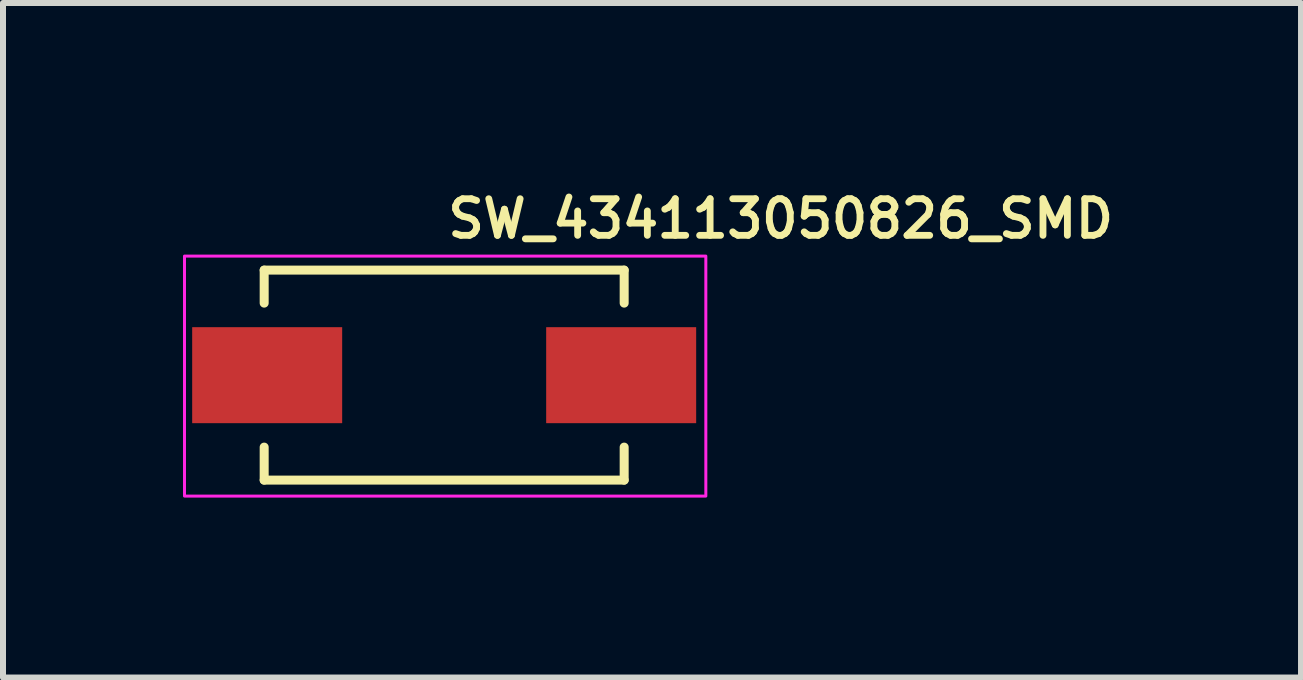
<source format=kicad_pcb>
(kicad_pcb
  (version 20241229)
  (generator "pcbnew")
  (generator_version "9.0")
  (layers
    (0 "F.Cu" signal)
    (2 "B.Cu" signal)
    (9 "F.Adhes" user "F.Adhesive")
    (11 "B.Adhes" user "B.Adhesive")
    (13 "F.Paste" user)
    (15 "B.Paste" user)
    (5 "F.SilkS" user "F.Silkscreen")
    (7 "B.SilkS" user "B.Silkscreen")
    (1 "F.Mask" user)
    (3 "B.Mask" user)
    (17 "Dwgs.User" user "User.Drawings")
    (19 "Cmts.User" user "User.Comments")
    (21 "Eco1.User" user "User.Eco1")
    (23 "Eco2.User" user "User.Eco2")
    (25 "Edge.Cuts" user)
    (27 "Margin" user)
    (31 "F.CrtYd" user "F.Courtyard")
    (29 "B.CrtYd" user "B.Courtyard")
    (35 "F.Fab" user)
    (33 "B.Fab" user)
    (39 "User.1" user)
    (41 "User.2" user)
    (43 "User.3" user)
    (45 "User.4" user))
  (footprint "SW_434113050826_SMD"
    (layer "F.Cu")
    (at 4.353 3.203)
    (property "Reference" "SW_434113050826_SMD" (at 0 -2.25 0) (unlocked yes) (layer "F.SilkS") (effects (font (size 0.61 0.61) (thickness 0.114)) (justify left bottom)))
    (attr smd)
    (fp_line (start -3 -1.751) (end -3 -1.201) (stroke (width 0.15) (type solid)) (layer "F.SilkS"))
    (fp_line (start -3 -1.751) (end 3 -1.751) (stroke (width 0.15) (type solid)) (layer "F.SilkS"))
    (fp_line (start -3 1.199) (end -3 1.749) (stroke (width 0.15) (type solid)) (layer "F.SilkS"))
    (fp_line (start -3 1.749) (end 3 1.749) (stroke (width 0.15) (type solid)) (layer "F.SilkS"))
    (fp_line (start 3 -1.751) (end 3 -1.201) (stroke (width 0.15) (type solid)) (layer "F.SilkS"))
    (fp_line (start 3 1.199) (end 3 1.749) (stroke (width 0.15) (type solid)) (layer "F.SilkS"))
    (fp_rect (start -4.328 -1.985) (end 4.361 2.015) (stroke (width 0.05) (type solid)) (fill no) (layer "F.CrtYd"))
    (fp_rect (start -3.062 -1.735) (end 2.968 1.765) (stroke (width 0.1) (type solid)) (fill no) (layer "User.5"))
    (fp_line (start -3.57 -0.485) (end -3.57 0.515) (stroke (width 0.02) (type solid)) (layer "User.9"))
    (fp_line (start -3.57 -0.485) (end -3.44 -0.485) (stroke (width 0.02) (type solid)) (layer "User.9"))
    (fp_line (start -3.57 0.515) (end -3.44 0.515) (stroke (width 0.02) (type solid)) (layer "User.9"))
    (fp_line (start -3.44 -0.485) (end -3.44 0.515) (stroke (width 0.02) (type solid)) (layer "User.9"))
    (fp_line (start -3.44 -0.485) (end -3.137 -0.485) (stroke (width 0.02) (type solid)) (layer "User.9"))
    (fp_line (start -3.44 0.515) (end -3.137 0.515) (stroke (width 0.02) (type solid)) (layer "User.9"))
    (fp_line (start -3.137 -0.485) (end -2.92 -0.485) (stroke (width 0.02) (type solid)) (layer "User.9"))
    (fp_line (start -3.137 0.515) (end -2.92 0.515) (stroke (width 0.02) (type solid)) (layer "User.9"))
    (fp_line (start -2.92 -1.235) (end -2.92 -0.785) (stroke (width 0.02) (type solid)) (layer "User.9"))
    (fp_line (start -2.92 -0.785) (end -2.92 -0.685) (stroke (width 0.02) (type solid)) (layer "User.9"))
    (fp_line (start -2.92 -0.785) (end -2.879 -0.784) (stroke (width 0.02) (type solid)) (layer "User.9"))
    (fp_line (start -2.92 0.715) (end -2.92 -0.685) (stroke (width 0.02) (type solid)) (layer "User.9"))
    (fp_line (start -2.92 0.715) (end -2.92 0.815) (stroke (width 0.02) (type solid)) (layer "User.9"))
    (fp_line (start -2.92 0.815) (end -2.92 1.265) (stroke (width 0.02) (type solid)) (layer "User.9"))
    (fp_line (start -2.92 0.815) (end -2.92 1.265) (stroke (width 0.02) (type solid)) (layer "User.9"))
    (fp_line (start -2.92 1.265) (end -2.919 1.29) (stroke (width 0.02) (type solid)) (layer "User.9"))
    (fp_line (start -2.919 -1.26) (end -2.92 -1.235) (stroke (width 0.02) (type solid)) (layer "User.9"))
    (fp_line (start -2.919 1.29) (end -2.918 1.314) (stroke (width 0.02) (type solid)) (layer "User.9"))
    (fp_line (start -2.918 -1.284) (end -2.919 -1.26) (stroke (width 0.02) (type solid)) (layer "User.9"))
    (fp_line (start -2.918 1.314) (end -2.915 1.339) (stroke (width 0.02) (type solid)) (layer "User.9"))
    (fp_line (start -2.915 -1.309) (end -2.918 -1.284) (stroke (width 0.02) (type solid)) (layer "User.9"))
    (fp_line (start -2.915 1.339) (end -2.91 1.363) (stroke (width 0.02) (type solid)) (layer "User.9"))
    (fp_line (start -2.91 -1.333) (end -2.915 -1.309) (stroke (width 0.02) (type solid)) (layer "User.9"))
    (fp_line (start -2.91 1.363) (end -2.905 1.387) (stroke (width 0.02) (type solid)) (layer "User.9"))
    (fp_line (start -2.905 -1.357) (end -2.91 -1.333) (stroke (width 0.02) (type solid)) (layer "User.9"))
    (fp_line (start -2.905 1.387) (end -2.898 1.41) (stroke (width 0.02) (type solid)) (layer "User.9"))
    (fp_line (start -2.898 -1.38) (end -2.905 -1.357) (stroke (width 0.02) (type solid)) (layer "User.9"))
    (fp_line (start -2.898 1.41) (end -2.891 1.434) (stroke (width 0.02) (type solid)) (layer "User.9"))
    (fp_line (start -2.891 -1.404) (end -2.898 -1.38) (stroke (width 0.02) (type solid)) (layer "User.9"))
    (fp_line (start -2.891 1.434) (end -2.882 1.456) (stroke (width 0.02) (type solid)) (layer "User.9"))
    (fp_line (start -2.882 -1.426) (end -2.891 -1.404) (stroke (width 0.02) (type solid)) (layer "User.9"))
    (fp_line (start -2.882 1.456) (end -2.872 1.479) (stroke (width 0.02) (type solid)) (layer "User.9"))
    (fp_line (start -2.879 -0.784) (end -2.838 -0.781) (stroke (width 0.02) (type solid)) (layer "User.9"))
    (fp_line (start -2.879 0.814) (end -2.92 0.815) (stroke (width 0.02) (type solid)) (layer "User.9"))
    (fp_line (start -2.872 -1.449) (end -2.882 -1.426) (stroke (width 0.02) (type solid)) (layer "User.9"))
    (fp_line (start -2.872 1.479) (end -2.861 1.5) (stroke (width 0.02) (type solid)) (layer "User.9"))
    (fp_line (start -2.861 -1.47) (end -2.872 -1.449) (stroke (width 0.02) (type solid)) (layer "User.9"))
    (fp_line (start -2.861 1.5) (end -2.849 1.522) (stroke (width 0.02) (type solid)) (layer "User.9"))
    (fp_line (start -2.849 -1.492) (end -2.861 -1.47) (stroke (width 0.02) (type solid)) (layer "User.9"))
    (fp_line (start -2.849 1.522) (end -2.836 1.542) (stroke (width 0.02) (type solid)) (layer "User.9"))
    (fp_line (start -2.838 -0.781) (end -2.798 -0.776) (stroke (width 0.02) (type solid)) (layer "User.9"))
    (fp_line (start -2.838 0.811) (end -2.879 0.814) (stroke (width 0.02) (type solid)) (layer "User.9"))
    (fp_line (start -2.836 -1.512) (end -2.849 -1.492) (stroke (width 0.02) (type solid)) (layer "User.9"))
    (fp_line (start -2.836 1.542) (end -2.822 1.562) (stroke (width 0.02) (type solid)) (layer "User.9"))
    (fp_line (start -2.822 -1.532) (end -2.836 -1.512) (stroke (width 0.02) (type solid)) (layer "User.9"))
    (fp_line (start -2.822 1.562) (end -2.807 1.582) (stroke (width 0.02) (type solid)) (layer "User.9"))
    (fp_line (start -2.807 -1.552) (end -2.822 -1.532) (stroke (width 0.02) (type solid)) (layer "User.9"))
    (fp_line (start -2.807 1.582) (end -2.791 1.601) (stroke (width 0.02) (type solid)) (layer "User.9"))
    (fp_line (start -2.798 -0.776) (end -2.759 -0.769) (stroke (width 0.02) (type solid)) (layer "User.9"))
    (fp_line (start -2.798 0.806) (end -2.838 0.811) (stroke (width 0.02) (type solid)) (layer "User.9"))
    (fp_line (start -2.791 -1.571) (end -2.807 -1.552) (stroke (width 0.02) (type solid)) (layer "User.9"))
    (fp_line (start -2.791 1.601) (end -2.774 1.619) (stroke (width 0.02) (type solid)) (layer "User.9"))
    (fp_line (start -2.774 -1.589) (end -2.791 -1.571) (stroke (width 0.02) (type solid)) (layer "User.9"))
    (fp_line (start -2.774 -1.589) (end -2.774 -1.589) (stroke (width 0.02) (type solid)) (layer "User.9"))
    (fp_line (start -2.774 1.619) (end -2.774 1.619) (stroke (width 0.02) (type solid)) (layer "User.9"))
    (fp_line (start -2.774 1.619) (end -2.756 1.636) (stroke (width 0.02) (type solid)) (layer "User.9"))
    (fp_line (start -2.759 -0.769) (end -2.72 -0.76) (stroke (width 0.02) (type solid)) (layer "User.9"))
    (fp_line (start -2.759 0.799) (end -2.798 0.806) (stroke (width 0.02) (type solid)) (layer "User.9"))
    (fp_line (start -2.756 -1.606) (end -2.774 -1.589) (stroke (width 0.02) (type solid)) (layer "User.9"))
    (fp_line (start -2.756 1.636) (end -2.737 1.652) (stroke (width 0.02) (type solid)) (layer "User.9"))
    (fp_line (start -2.737 -1.622) (end -2.756 -1.606) (stroke (width 0.02) (type solid)) (layer "User.9"))
    (fp_line (start -2.737 1.652) (end -2.717 1.667) (stroke (width 0.02) (type solid)) (layer "User.9"))
    (fp_line (start -2.72 -0.76) (end -2.682 -0.749) (stroke (width 0.02) (type solid)) (layer "User.9"))
    (fp_line (start -2.72 0.79) (end -2.759 0.799) (stroke (width 0.02) (type solid)) (layer "User.9"))
    (fp_line (start -2.717 -1.637) (end -2.737 -1.622) (stroke (width 0.02) (type solid)) (layer "User.9"))
    (fp_line (start -2.717 1.667) (end -2.697 1.681) (stroke (width 0.02) (type solid)) (layer "User.9"))
    (fp_line (start -2.697 -1.651) (end -2.717 -1.637) (stroke (width 0.02) (type solid)) (layer "User.9"))
    (fp_line (start -2.697 1.681) (end -2.677 1.694) (stroke (width 0.02) (type solid)) (layer "User.9"))
    (fp_line (start -2.682 -0.749) (end -2.645 -0.736) (stroke (width 0.02) (type solid)) (layer "User.9"))
    (fp_line (start -2.682 0.779) (end -2.72 0.79) (stroke (width 0.02) (type solid)) (layer "User.9"))
    (fp_line (start -2.677 -1.664) (end -2.697 -1.651) (stroke (width 0.02) (type solid)) (layer "User.9"))
    (fp_line (start -2.677 1.694) (end -2.655 1.706) (stroke (width 0.02) (type solid)) (layer "User.9"))
    (fp_line (start -2.655 -1.676) (end -2.677 -1.664) (stroke (width 0.02) (type solid)) (layer "User.9"))
    (fp_line (start -2.655 1.706) (end -2.634 1.717) (stroke (width 0.02) (type solid)) (layer "User.9"))
    (fp_line (start -2.645 -0.736) (end -2.609 -0.722) (stroke (width 0.02) (type solid)) (layer "User.9"))
    (fp_line (start -2.645 0.766) (end -2.682 0.779) (stroke (width 0.02) (type solid)) (layer "User.9"))
    (fp_line (start -2.634 -1.687) (end -2.655 -1.676) (stroke (width 0.02) (type solid)) (layer "User.9"))
    (fp_line (start -2.634 1.717) (end -2.611 1.727) (stroke (width 0.02) (type solid)) (layer "User.9"))
    (fp_line (start -2.611 -1.697) (end -2.634 -1.687) (stroke (width 0.02) (type solid)) (layer "User.9"))
    (fp_line (start -2.611 1.727) (end -2.589 1.736) (stroke (width 0.02) (type solid)) (layer "User.9"))
    (fp_line (start -2.609 -0.722) (end -2.573 -0.706) (stroke (width 0.02) (type solid)) (layer "User.9"))
    (fp_line (start -2.609 0.752) (end -2.645 0.766) (stroke (width 0.02) (type solid)) (layer "User.9"))
    (fp_line (start -2.589 -1.706) (end -2.611 -1.697) (stroke (width 0.02) (type solid)) (layer "User.9"))
    (fp_line (start -2.589 1.736) (end -2.565 1.743) (stroke (width 0.02) (type solid)) (layer "User.9"))
    (fp_line (start -2.573 -0.706) (end -2.539 -0.688) (stroke (width 0.02) (type solid)) (layer "User.9"))
    (fp_line (start -2.573 0.736) (end -2.609 0.752) (stroke (width 0.02) (type solid)) (layer "User.9"))
    (fp_line (start -2.565 -1.713) (end -2.589 -1.706) (stroke (width 0.02) (type solid)) (layer "User.9"))
    (fp_line (start -2.565 1.743) (end -2.542 1.75) (stroke (width 0.02) (type solid)) (layer "User.9"))
    (fp_line (start -2.542 -1.72) (end -2.565 -1.713) (stroke (width 0.02) (type solid)) (layer "User.9"))
    (fp_line (start -2.542 1.75) (end -2.518 1.755) (stroke (width 0.02) (type solid)) (layer "User.9"))
    (fp_line (start -2.539 -0.688) (end -2.505 -0.669) (stroke (width 0.02) (type solid)) (layer "User.9"))
    (fp_line (start -2.539 0.718) (end -2.573 0.736) (stroke (width 0.02) (type solid)) (layer "User.9"))
    (fp_line (start -2.518 -1.725) (end -2.542 -1.72) (stroke (width 0.02) (type solid)) (layer "User.9"))
    (fp_line (start -2.518 1.755) (end -2.494 1.76) (stroke (width 0.02) (type solid)) (layer "User.9"))
    (fp_line (start -2.505 -0.669) (end -2.473 -0.648) (stroke (width 0.02) (type solid)) (layer "User.9"))
    (fp_line (start -2.505 0.699) (end -2.539 0.718) (stroke (width 0.02) (type solid)) (layer "User.9"))
    (fp_line (start -2.494 -1.73) (end -2.518 -1.725) (stroke (width 0.02) (type solid)) (layer "User.9"))
    (fp_line (start -2.494 1.76) (end -2.469 1.763) (stroke (width 0.02) (type solid)) (layer "User.9"))
    (fp_line (start -2.473 -0.648) (end -2.441 -0.626) (stroke (width 0.02) (type solid)) (layer "User.9"))
    (fp_line (start -2.473 0.678) (end -2.505 0.699) (stroke (width 0.02) (type solid)) (layer "User.9"))
    (fp_line (start -2.469 -1.733) (end -2.494 -1.73) (stroke (width 0.02) (type solid)) (layer "User.9"))
    (fp_line (start -2.469 1.763) (end -2.445 1.764) (stroke (width 0.02) (type solid)) (layer "User.9"))
    (fp_line (start -2.445 -1.734) (end -2.469 -1.733) (stroke (width 0.02) (type solid)) (layer "User.9"))
    (fp_line (start -2.445 1.764) (end -2.42 1.765) (stroke (width 0.02) (type solid)) (layer "User.9"))
    (fp_line (start -2.442 0.656) (end -2.473 0.678) (stroke (width 0.02) (type solid)) (layer "User.9"))
    (fp_line (start -2.441 -0.626) (end -2.411 -0.602) (stroke (width 0.02) (type solid)) (layer "User.9"))
    (fp_line (start -2.42 -1.735) (end -2.445 -1.734) (stroke (width 0.02) (type solid)) (layer "User.9"))
    (fp_line (start -2.42 1.765) (end 2.58 1.765) (stroke (width 0.02) (type solid)) (layer "User.9"))
    (fp_line (start -2.42 1.765) (end 2.58 1.765) (stroke (width 0.02) (type solid)) (layer "User.9"))
    (fp_line (start -2.411 -0.602) (end -2.382 -0.577) (stroke (width 0.02) (type solid)) (layer "User.9"))
    (fp_line (start -2.411 0.632) (end -2.442 0.656) (stroke (width 0.02) (type solid)) (layer "User.9"))
    (fp_line (start -2.382 -0.577) (end -2.355 -0.551) (stroke (width 0.02) (type solid)) (layer "User.9"))
    (fp_line (start -2.382 0.607) (end -2.411 0.632) (stroke (width 0.02) (type solid)) (layer "User.9"))
    (fp_line (start -2.355 -0.551) (end -2.328 -0.523) (stroke (width 0.02) (type solid)) (layer "User.9"))
    (fp_line (start -2.355 0.581) (end -2.382 0.607) (stroke (width 0.02) (type solid)) (layer "User.9"))
    (fp_line (start -2.328 -0.523) (end -2.303 -0.494) (stroke (width 0.02) (type solid)) (layer "User.9"))
    (fp_line (start -2.328 0.553) (end -2.355 0.581) (stroke (width 0.02) (type solid)) (layer "User.9"))
    (fp_line (start -2.303 -0.494) (end -2.279 -0.464) (stroke (width 0.02) (type solid)) (layer "User.9"))
    (fp_line (start -2.303 0.524) (end -2.328 0.553) (stroke (width 0.02) (type solid)) (layer "User.9"))
    (fp_line (start -2.279 -0.464) (end -2.257 -0.432) (stroke (width 0.02) (type solid)) (layer "User.9"))
    (fp_line (start -2.279 0.494) (end -2.303 0.524) (stroke (width 0.02) (type solid)) (layer "User.9"))
    (fp_line (start -2.257 -0.432) (end -2.236 -0.4) (stroke (width 0.02) (type solid)) (layer "User.9"))
    (fp_line (start -2.257 0.462) (end -2.279 0.494) (stroke (width 0.02) (type solid)) (layer "User.9"))
    (fp_line (start -2.236 -0.4) (end -2.217 -0.366) (stroke (width 0.02) (type solid)) (layer "User.9"))
    (fp_line (start -2.236 0.43) (end -2.257 0.462) (stroke (width 0.02) (type solid)) (layer "User.9"))
    (fp_line (start -2.217 -0.366) (end -2.199 -0.332) (stroke (width 0.02) (type solid)) (layer "User.9"))
    (fp_line (start -2.217 0.396) (end -2.236 0.43) (stroke (width 0.02) (type solid)) (layer "User.9"))
    (fp_line (start -2.199 -0.332) (end -2.183 -0.296) (stroke (width 0.02) (type solid)) (layer "User.9"))
    (fp_line (start -2.199 0.362) (end -2.217 0.396) (stroke (width 0.02) (type solid)) (layer "User.9"))
    (fp_line (start -2.183 -0.296) (end -2.169 -0.26) (stroke (width 0.02) (type solid)) (layer "User.9"))
    (fp_line (start -2.183 0.326) (end -2.199 0.362) (stroke (width 0.02) (type solid)) (layer "User.9"))
    (fp_line (start -2.169 -0.26) (end -2.156 -0.223) (stroke (width 0.02) (type solid)) (layer "User.9"))
    (fp_line (start -2.169 0.29) (end -2.183 0.326) (stroke (width 0.02) (type solid)) (layer "User.9"))
    (fp_line (start -2.156 -0.223) (end -2.145 -0.185) (stroke (width 0.02) (type solid)) (layer "User.9"))
    (fp_line (start -2.156 0.253) (end -2.169 0.29) (stroke (width 0.02) (type solid)) (layer "User.9"))
    (fp_line (start -2.145 -0.185) (end -2.137 -0.146) (stroke (width 0.02) (type solid)) (layer "User.9"))
    (fp_line (start -2.145 0.215) (end -2.156 0.253) (stroke (width 0.02) (type solid)) (layer "User.9"))
    (fp_line (start -2.137 -0.146) (end -2.13 -0.107) (stroke (width 0.02) (type solid)) (layer "User.9"))
    (fp_line (start -2.137 0.176) (end -2.145 0.215) (stroke (width 0.02) (type solid)) (layer "User.9"))
    (fp_line (start -2.13 -0.107) (end -2.124 -0.067) (stroke (width 0.02) (type solid)) (layer "User.9"))
    (fp_line (start -2.13 0.137) (end -2.137 0.176) (stroke (width 0.02) (type solid)) (layer "User.9"))
    (fp_line (start -2.124 -0.067) (end -2.121 -0.026) (stroke (width 0.02) (type solid)) (layer "User.9"))
    (fp_line (start -2.124 0.097) (end -2.13 0.137) (stroke (width 0.02) (type solid)) (layer "User.9"))
    (fp_line (start -2.121 -0.026) (end -2.12 0.015) (stroke (width 0.02) (type solid)) (layer "User.9"))
    (fp_line (start -2.121 0.056) (end -2.124 0.097) (stroke (width 0.02) (type solid)) (layer "User.9"))
    (fp_line (start -2.12 0.015) (end -2.121 0.056) (stroke (width 0.02) (type solid)) (layer "User.9"))
    (fp_line (start -2.12 0.015) (end -2.12 0.015) (stroke (width 0.02) (type solid)) (layer "User.9"))
    (fp_line (start -1.52 -0.502) (end -1.52 -0.485) (stroke (width 0.02) (type solid)) (layer "User.9"))
    (fp_line (start -1.52 -0.485) (end -1.52 0.515) (stroke (width 0.02) (type solid)) (layer "User.9"))
    (fp_line (start -1.52 0.515) (end -1.52 0.532) (stroke (width 0.02) (type solid)) (layer "User.9"))
    (fp_line (start -1.52 0.532) (end -1.518 0.55) (stroke (width 0.02) (type solid)) (layer "User.9"))
    (fp_line (start -1.518 -0.52) (end -1.52 -0.502) (stroke (width 0.02) (type solid)) (layer "User.9"))
    (fp_line (start -1.518 0.55) (end -1.516 0.567) (stroke (width 0.02) (type solid)) (layer "User.9"))
    (fp_line (start -1.516 -0.537) (end -1.518 -0.52) (stroke (width 0.02) (type solid)) (layer "User.9"))
    (fp_line (start -1.516 0.567) (end -1.513 0.584) (stroke (width 0.02) (type solid)) (layer "User.9"))
    (fp_line (start -1.513 -0.554) (end -1.516 -0.537) (stroke (width 0.02) (type solid)) (layer "User.9"))
    (fp_line (start -1.513 0.584) (end -1.509 0.6) (stroke (width 0.02) (type solid)) (layer "User.9"))
    (fp_line (start -1.509 -0.57) (end -1.513 -0.554) (stroke (width 0.02) (type solid)) (layer "User.9"))
    (fp_line (start -1.509 0.6) (end -1.505 0.617) (stroke (width 0.02) (type solid)) (layer "User.9"))
    (fp_line (start -1.505 -0.587) (end -1.509 -0.57) (stroke (width 0.02) (type solid)) (layer "User.9"))
    (fp_line (start -1.505 0.617) (end -1.5 0.633) (stroke (width 0.02) (type solid)) (layer "User.9"))
    (fp_line (start -1.5 -0.603) (end -1.505 -0.587) (stroke (width 0.02) (type solid)) (layer "User.9"))
    (fp_line (start -1.5 0.633) (end -1.493 0.649) (stroke (width 0.02) (type solid)) (layer "User.9"))
    (fp_line (start -1.493 -0.619) (end -1.5 -0.603) (stroke (width 0.02) (type solid)) (layer "User.9"))
    (fp_line (start -1.493 0.649) (end -1.486 0.665) (stroke (width 0.02) (type solid)) (layer "User.9"))
    (fp_line (start -1.486 -0.635) (end -1.493 -0.619) (stroke (width 0.02) (type solid)) (layer "User.9"))
    (fp_line (start -1.486 0.665) (end -1.479 0.68) (stroke (width 0.02) (type solid)) (layer "User.9"))
    (fp_line (start -1.479 -0.65) (end -1.486 -0.635) (stroke (width 0.02) (type solid)) (layer "User.9"))
    (fp_line (start -1.479 0.68) (end -1.47 0.695) (stroke (width 0.02) (type solid)) (layer "User.9"))
    (fp_line (start -1.47 -0.665) (end -1.479 -0.65) (stroke (width 0.02) (type solid)) (layer "User.9"))
    (fp_line (start -1.47 0.695) (end -1.461 0.709) (stroke (width 0.02) (type solid)) (layer "User.9"))
    (fp_line (start -1.461 -0.679) (end -1.47 -0.665) (stroke (width 0.02) (type solid)) (layer "User.9"))
    (fp_line (start -1.461 0.709) (end -1.451 0.723) (stroke (width 0.02) (type solid)) (layer "User.9"))
    (fp_line (start -1.451 -0.693) (end -1.461 -0.679) (stroke (width 0.02) (type solid)) (layer "User.9"))
    (fp_line (start -1.451 0.723) (end -1.441 0.737) (stroke (width 0.02) (type solid)) (layer "User.9"))
    (fp_line (start -1.441 -0.707) (end -1.451 -0.693) (stroke (width 0.02) (type solid)) (layer "User.9"))
    (fp_line (start -1.441 0.737) (end -1.429 0.75) (stroke (width 0.02) (type solid)) (layer "User.9"))
    (fp_line (start -1.429 -0.72) (end -1.441 -0.707) (stroke (width 0.02) (type solid)) (layer "User.9"))
    (fp_line (start -1.429 0.75) (end -1.417 0.762) (stroke (width 0.02) (type solid)) (layer "User.9"))
    (fp_line (start -1.42 -0.497) (end -1.42 -0.485) (stroke (width 0.02) (type solid)) (layer "User.9"))
    (fp_line (start -1.42 -0.485) (end -1.42 0.515) (stroke (width 0.02) (type solid)) (layer "User.9"))
    (fp_line (start -1.42 0.515) (end -1.42 0.527) (stroke (width 0.02) (type solid)) (layer "User.9"))
    (fp_line (start -1.42 0.527) (end -1.419 0.54) (stroke (width 0.02) (type solid)) (layer "User.9"))
    (fp_line (start -1.419 -0.51) (end -1.42 -0.497) (stroke (width 0.02) (type solid)) (layer "User.9"))
    (fp_line (start -1.419 0.54) (end -1.417 0.552) (stroke (width 0.02) (type solid)) (layer "User.9"))
    (fp_line (start -1.417 -0.732) (end -1.429 -0.72) (stroke (width 0.02) (type solid)) (layer "User.9"))
    (fp_line (start -1.417 -0.732) (end -1.417 -0.732) (stroke (width 0.02) (type solid)) (layer "User.9"))
    (fp_line (start -1.417 -0.522) (end -1.419 -0.51) (stroke (width 0.02) (type solid)) (layer "User.9"))
    (fp_line (start -1.417 0.552) (end -1.415 0.564) (stroke (width 0.02) (type solid)) (layer "User.9"))
    (fp_line (start -1.417 0.762) (end -1.417 0.762) (stroke (width 0.02) (type solid)) (layer "User.9"))
    (fp_line (start -1.417 0.762) (end -1.405 0.774) (stroke (width 0.02) (type solid)) (layer "User.9"))
    (fp_line (start -1.415 -0.534) (end -1.417 -0.522) (stroke (width 0.02) (type solid)) (layer "User.9"))
    (fp_line (start -1.415 0.564) (end -1.412 0.576) (stroke (width 0.02) (type solid)) (layer "User.9"))
    (fp_line (start -1.412 -0.546) (end -1.415 -0.534) (stroke (width 0.02) (type solid)) (layer "User.9"))
    (fp_line (start -1.412 0.576) (end -1.409 0.588) (stroke (width 0.02) (type solid)) (layer "User.9"))
    (fp_line (start -1.409 -0.558) (end -1.412 -0.546) (stroke (width 0.02) (type solid)) (layer "User.9"))
    (fp_line (start -1.409 0.588) (end -1.405 0.599) (stroke (width 0.02) (type solid)) (layer "User.9"))
    (fp_line (start -1.405 -0.744) (end -1.417 -0.732) (stroke (width 0.02) (type solid)) (layer "User.9"))
    (fp_line (start -1.405 -0.569) (end -1.409 -0.558) (stroke (width 0.02) (type solid)) (layer "User.9"))
    (fp_line (start -1.405 0.599) (end -1.401 0.611) (stroke (width 0.02) (type solid)) (layer "User.9"))
    (fp_line (start -1.405 0.774) (end -1.392 0.786) (stroke (width 0.02) (type solid)) (layer "User.9"))
    (fp_line (start -1.401 -0.581) (end -1.405 -0.569) (stroke (width 0.02) (type solid)) (layer "User.9"))
    (fp_line (start -1.401 0.611) (end -1.396 0.622) (stroke (width 0.02) (type solid)) (layer "User.9"))
    (fp_line (start -1.396 -0.592) (end -1.401 -0.581) (stroke (width 0.02) (type solid)) (layer "User.9"))
    (fp_line (start -1.396 0.622) (end -1.391 0.633) (stroke (width 0.02) (type solid)) (layer "User.9"))
    (fp_line (start -1.392 -0.756) (end -1.405 -0.744) (stroke (width 0.02) (type solid)) (layer "User.9"))
    (fp_line (start -1.392 0.786) (end -1.378 0.796) (stroke (width 0.02) (type solid)) (layer "User.9"))
    (fp_line (start -1.391 -0.603) (end -1.396 -0.592) (stroke (width 0.02) (type solid)) (layer "User.9"))
    (fp_line (start -1.391 0.633) (end -1.385 0.643) (stroke (width 0.02) (type solid)) (layer "User.9"))
    (fp_line (start -1.385 -0.613) (end -1.391 -0.603) (stroke (width 0.02) (type solid)) (layer "User.9"))
    (fp_line (start -1.385 0.643) (end -1.378 0.654) (stroke (width 0.02) (type solid)) (layer "User.9"))
    (fp_line (start -1.378 -0.766) (end -1.392 -0.756) (stroke (width 0.02) (type solid)) (layer "User.9"))
    (fp_line (start -1.378 -0.624) (end -1.385 -0.613) (stroke (width 0.02) (type solid)) (layer "User.9"))
    (fp_line (start -1.378 0.654) (end -1.371 0.664) (stroke (width 0.02) (type solid)) (layer "User.9"))
    (fp_line (start -1.378 0.796) (end -1.364 0.806) (stroke (width 0.02) (type solid)) (layer "User.9"))
    (fp_line (start -1.371 -0.634) (end -1.378 -0.624) (stroke (width 0.02) (type solid)) (layer "User.9"))
    (fp_line (start -1.371 0.664) (end -1.363 0.673) (stroke (width 0.02) (type solid)) (layer "User.9"))
    (fp_line (start -1.364 -0.776) (end -1.378 -0.766) (stroke (width 0.02) (type solid)) (layer "User.9"))
    (fp_line (start -1.364 0.806) (end -1.35 0.815) (stroke (width 0.02) (type solid)) (layer "User.9"))
    (fp_line (start -1.363 -0.643) (end -1.371 -0.634) (stroke (width 0.02) (type solid)) (layer "User.9"))
    (fp_line (start -1.363 0.673) (end -1.355 0.683) (stroke (width 0.02) (type solid)) (layer "User.9"))
    (fp_line (start -1.355 -0.653) (end -1.363 -0.643) (stroke (width 0.02) (type solid)) (layer "User.9"))
    (fp_line (start -1.355 0.683) (end -1.347 0.692) (stroke (width 0.02) (type solid)) (layer "User.9"))
    (fp_line (start -1.35 -0.785) (end -1.364 -0.776) (stroke (width 0.02) (type solid)) (layer "User.9"))
    (fp_line (start -1.35 0.815) (end -1.335 0.824) (stroke (width 0.02) (type solid)) (layer "User.9"))
    (fp_line (start -1.347 -0.662) (end -1.355 -0.653) (stroke (width 0.02) (type solid)) (layer "User.9"))
    (fp_line (start -1.347 -0.662) (end -1.347 -0.662) (stroke (width 0.02) (type solid)) (layer "User.9"))
    (fp_line (start -1.347 0.692) (end -1.347 0.692) (stroke (width 0.02) (type solid)) (layer "User.9"))
    (fp_line (start -1.347 0.692) (end -1.338 0.7) (stroke (width 0.02) (type solid)) (layer "User.9"))
    (fp_line (start -1.338 -0.67) (end -1.347 -0.662) (stroke (width 0.02) (type solid)) (layer "User.9"))
    (fp_line (start -1.338 0.7) (end -1.328 0.708) (stroke (width 0.02) (type solid)) (layer "User.9"))
    (fp_line (start -1.335 -0.794) (end -1.35 -0.785) (stroke (width 0.02) (type solid)) (layer "User.9"))
    (fp_line (start -1.335 0.824) (end -1.32 0.831) (stroke (width 0.02) (type solid)) (layer "User.9"))
    (fp_line (start -1.328 -0.678) (end -1.338 -0.67) (stroke (width 0.02) (type solid)) (layer "User.9"))
    (fp_line (start -1.328 0.708) (end -1.319 0.716) (stroke (width 0.02) (type solid)) (layer "User.9"))
    (fp_line (start -1.32 -0.801) (end -1.335 -0.794) (stroke (width 0.02) (type solid)) (layer "User.9"))
    (fp_line (start -1.32 0.831) (end -1.304 0.838) (stroke (width 0.02) (type solid)) (layer "User.9"))
    (fp_line (start -1.319 -0.686) (end -1.328 -0.678) (stroke (width 0.02) (type solid)) (layer "User.9"))
    (fp_line (start -1.319 0.716) (end -1.309 0.723) (stroke (width 0.02) (type solid)) (layer "User.9"))
    (fp_line (start -1.309 -0.693) (end -1.319 -0.686) (stroke (width 0.02) (type solid)) (layer "User.9"))
    (fp_line (start -1.309 0.723) (end -1.298 0.73) (stroke (width 0.02) (type solid)) (layer "User.9"))
    (fp_line (start -1.304 -0.808) (end -1.32 -0.801) (stroke (width 0.02) (type solid)) (layer "User.9"))
    (fp_line (start -1.304 0.838) (end -1.288 0.845) (stroke (width 0.02) (type solid)) (layer "User.9"))
    (fp_line (start -1.298 -0.7) (end -1.309 -0.693) (stroke (width 0.02) (type solid)) (layer "User.9"))
    (fp_line (start -1.298 0.73) (end -1.288 0.736) (stroke (width 0.02) (type solid)) (layer "User.9"))
    (fp_line (start -1.288 -0.815) (end -1.304 -0.808) (stroke (width 0.02) (type solid)) (layer "User.9"))
    (fp_line (start -1.288 -0.706) (end -1.298 -0.7) (stroke (width 0.02) (type solid)) (layer "User.9"))
    (fp_line (start -1.288 0.736) (end -1.277 0.741) (stroke (width 0.02) (type solid)) (layer "User.9"))
    (fp_line (start -1.288 0.845) (end -1.272 0.85) (stroke (width 0.02) (type solid)) (layer "User.9"))
    (fp_line (start -1.277 -0.711) (end -1.288 -0.706) (stroke (width 0.02) (type solid)) (layer "User.9"))
    (fp_line (start -1.277 0.741) (end -1.266 0.746) (stroke (width 0.02) (type solid)) (layer "User.9"))
    (fp_line (start -1.272 -0.82) (end -1.288 -0.815) (stroke (width 0.02) (type solid)) (layer "User.9"))
    (fp_line (start -1.272 0.85) (end -1.255 0.854) (stroke (width 0.02) (type solid)) (layer "User.9"))
    (fp_line (start -1.266 -0.716) (end -1.277 -0.711) (stroke (width 0.02) (type solid)) (layer "User.9"))
    (fp_line (start -1.266 0.746) (end -1.254 0.75) (stroke (width 0.02) (type solid)) (layer "User.9"))
    (fp_line (start -1.255 -0.824) (end -1.272 -0.82) (stroke (width 0.02) (type solid)) (layer "User.9"))
    (fp_line (start -1.255 0.854) (end -1.239 0.858) (stroke (width 0.02) (type solid)) (layer "User.9"))
    (fp_line (start -1.254 -0.72) (end -1.266 -0.716) (stroke (width 0.02) (type solid)) (layer "User.9"))
    (fp_line (start -1.254 0.75) (end -1.243 0.754) (stroke (width 0.02) (type solid)) (layer "User.9"))
    (fp_line (start -1.243 -0.724) (end -1.254 -0.72) (stroke (width 0.02) (type solid)) (layer "User.9"))
    (fp_line (start -1.243 0.754) (end -1.231 0.757) (stroke (width 0.02) (type solid)) (layer "User.9"))
    (fp_line (start -1.239 -0.828) (end -1.255 -0.824) (stroke (width 0.02) (type solid)) (layer "User.9"))
    (fp_line (start -1.239 0.858) (end -1.222 0.861) (stroke (width 0.02) (type solid)) (layer "User.9"))
    (fp_line (start -1.231 -0.727) (end -1.243 -0.724) (stroke (width 0.02) (type solid)) (layer "User.9"))
    (fp_line (start -1.231 0.757) (end -1.219 0.76) (stroke (width 0.02) (type solid)) (layer "User.9"))
    (fp_line (start -1.222 -0.831) (end -1.239 -0.828) (stroke (width 0.02) (type solid)) (layer "User.9"))
    (fp_line (start -1.222 0.861) (end -1.205 0.863) (stroke (width 0.02) (type solid)) (layer "User.9"))
    (fp_line (start -1.219 -0.73) (end -1.231 -0.727) (stroke (width 0.02) (type solid)) (layer "User.9"))
    (fp_line (start -1.219 0.76) (end -1.207 0.762) (stroke (width 0.02) (type solid)) (layer "User.9"))
    (fp_line (start -1.207 -0.732) (end -1.219 -0.73) (stroke (width 0.02) (type solid)) (layer "User.9"))
    (fp_line (start -1.207 0.762) (end -1.195 0.764) (stroke (width 0.02) (type solid)) (layer "User.9"))
    (fp_line (start -1.205 -0.833) (end -1.222 -0.831) (stroke (width 0.02) (type solid)) (layer "User.9"))
    (fp_line (start -1.205 0.863) (end -1.187 0.865) (stroke (width 0.02) (type solid)) (layer "User.9"))
    (fp_line (start -1.195 -0.734) (end -1.207 -0.732) (stroke (width 0.02) (type solid)) (layer "User.9"))
    (fp_line (start -1.195 0.764) (end -1.182 0.765) (stroke (width 0.02) (type solid)) (layer "User.9"))
    (fp_line (start -1.187 -0.835) (end -1.205 -0.833) (stroke (width 0.02) (type solid)) (layer "User.9"))
    (fp_line (start -1.187 0.865) (end -1.17 0.865) (stroke (width 0.02) (type solid)) (layer "User.9"))
    (fp_line (start -1.182 -0.735) (end -1.195 -0.734) (stroke (width 0.02) (type solid)) (layer "User.9"))
    (fp_line (start -1.182 0.765) (end -1.17 0.765) (stroke (width 0.02) (type solid)) (layer "User.9"))
    (fp_line (start -1.17 -0.835) (end -1.187 -0.835) (stroke (width 0.02) (type solid)) (layer "User.9"))
    (fp_line (start -1.17 -0.735) (end -1.182 -0.735) (stroke (width 0.02) (type solid)) (layer "User.9"))
    (fp_line (start -1.17 0.765) (end 1.33 0.765) (stroke (width 0.02) (type solid)) (layer "User.9"))
    (fp_line (start -1.17 0.865) (end 1.33 0.865) (stroke (width 0.02) (type solid)) (layer "User.9"))
    (fp_line (start 1.33 -0.835) (end -1.17 -0.835) (stroke (width 0.02) (type solid)) (layer "User.9"))
    (fp_line (start 1.33 -0.735) (end -1.17 -0.735) (stroke (width 0.02) (type solid)) (layer "User.9"))
    (fp_line (start 1.33 0.765) (end 1.342 0.765) (stroke (width 0.02) (type solid)) (layer "User.9"))
    (fp_line (start 1.33 0.865) (end 1.347 0.865) (stroke (width 0.02) (type solid)) (layer "User.9"))
    (fp_line (start 1.342 -0.735) (end 1.33 -0.735) (stroke (width 0.02) (type solid)) (layer "User.9"))
    (fp_line (start 1.342 0.765) (end 1.355 0.764) (stroke (width 0.02) (type solid)) (layer "User.9"))
    (fp_line (start 1.347 0.865) (end 1.365 0.863) (stroke (width 0.02) (type solid)) (layer "User.9"))
    (fp_line (start 1.348 -0.835) (end 1.33 -0.835) (stroke (width 0.02) (type solid)) (layer "User.9"))
    (fp_line (start 1.355 -0.734) (end 1.342 -0.735) (stroke (width 0.02) (type solid)) (layer "User.9"))
    (fp_line (start 1.355 0.764) (end 1.367 0.762) (stroke (width 0.02) (type solid)) (layer "User.9"))
    (fp_line (start 1.365 0.863) (end 1.382 0.861) (stroke (width 0.02) (type solid)) (layer "User.9"))
    (fp_line (start 1.366 -0.833) (end 1.348 -0.835) (stroke (width 0.02) (type solid)) (layer "User.9"))
    (fp_line (start 1.367 -0.732) (end 1.355 -0.734) (stroke (width 0.02) (type solid)) (layer "User.9"))
    (fp_line (start 1.367 0.762) (end 1.379 0.76) (stroke (width 0.02) (type solid)) (layer "User.9"))
    (fp_line (start 1.379 -0.73) (end 1.367 -0.732) (stroke (width 0.02) (type solid)) (layer "User.9"))
    (fp_line (start 1.379 0.76) (end 1.391 0.757) (stroke (width 0.02) (type solid)) (layer "User.9"))
    (fp_line (start 1.382 0.861) (end 1.399 0.858) (stroke (width 0.02) (type solid)) (layer "User.9"))
    (fp_line (start 1.383 -0.831) (end 1.366 -0.833) (stroke (width 0.02) (type solid)) (layer "User.9"))
    (fp_line (start 1.391 -0.727) (end 1.379 -0.73) (stroke (width 0.02) (type solid)) (layer "User.9"))
    (fp_line (start 1.391 0.757) (end 1.403 0.754) (stroke (width 0.02) (type solid)) (layer "User.9"))
    (fp_line (start 1.399 0.858) (end 1.415 0.854) (stroke (width 0.02) (type solid)) (layer "User.9"))
    (fp_line (start 1.401 -0.828) (end 1.383 -0.831) (stroke (width 0.02) (type solid)) (layer "User.9"))
    (fp_line (start 1.403 -0.724) (end 1.391 -0.727) (stroke (width 0.02) (type solid)) (layer "User.9"))
    (fp_line (start 1.403 0.754) (end 1.414 0.75) (stroke (width 0.02) (type solid)) (layer "User.9"))
    (fp_line (start 1.414 -0.72) (end 1.403 -0.724) (stroke (width 0.02) (type solid)) (layer "User.9"))
    (fp_line (start 1.414 0.75) (end 1.426 0.746) (stroke (width 0.02) (type solid)) (layer "User.9"))
    (fp_line (start 1.415 0.854) (end 1.432 0.85) (stroke (width 0.02) (type solid)) (layer "User.9"))
    (fp_line (start 1.417 -0.824) (end 1.401 -0.828) (stroke (width 0.02) (type solid)) (layer "User.9"))
    (fp_line (start 1.426 -0.716) (end 1.414 -0.72) (stroke (width 0.02) (type solid)) (layer "User.9"))
    (fp_line (start 1.426 0.746) (end 1.437 0.741) (stroke (width 0.02) (type solid)) (layer "User.9"))
    (fp_line (start 1.432 0.85) (end 1.448 0.845) (stroke (width 0.02) (type solid)) (layer "User.9"))
    (fp_line (start 1.434 -0.819) (end 1.417 -0.824) (stroke (width 0.02) (type solid)) (layer "User.9"))
    (fp_line (start 1.437 -0.711) (end 1.426 -0.716) (stroke (width 0.02) (type solid)) (layer "User.9"))
    (fp_line (start 1.437 0.741) (end 1.448 0.736) (stroke (width 0.02) (type solid)) (layer "User.9"))
    (fp_line (start 1.448 -0.706) (end 1.437 -0.711) (stroke (width 0.02) (type solid)) (layer "User.9"))
    (fp_line (start 1.448 0.736) (end 1.458 0.73) (stroke (width 0.02) (type solid)) (layer "User.9"))
    (fp_line (start 1.448 0.845) (end 1.464 0.838) (stroke (width 0.02) (type solid)) (layer "User.9"))
    (fp_line (start 1.45 -0.814) (end 1.434 -0.819) (stroke (width 0.02) (type solid)) (layer "User.9"))
    (fp_line (start 1.458 -0.7) (end 1.448 -0.706) (stroke (width 0.02) (type solid)) (layer "User.9"))
    (fp_line (start 1.458 0.73) (end 1.469 0.723) (stroke (width 0.02) (type solid)) (layer "User.9"))
    (fp_line (start 1.464 0.838) (end 1.48 0.831) (stroke (width 0.02) (type solid)) (layer "User.9"))
    (fp_line (start 1.466 -0.807) (end 1.45 -0.814) (stroke (width 0.02) (type solid)) (layer "User.9"))
    (fp_line (start 1.469 -0.693) (end 1.458 -0.7) (stroke (width 0.02) (type solid)) (layer "User.9"))
    (fp_line (start 1.469 0.723) (end 1.479 0.716) (stroke (width 0.02) (type solid)) (layer "User.9"))
    (fp_line (start 1.479 -0.686) (end 1.469 -0.693) (stroke (width 0.02) (type solid)) (layer "User.9"))
    (fp_line (start 1.479 0.716) (end 1.488 0.708) (stroke (width 0.02) (type solid)) (layer "User.9"))
    (fp_line (start 1.48 0.831) (end 1.495 0.824) (stroke (width 0.02) (type solid)) (layer "User.9"))
    (fp_line (start 1.482 -0.8) (end 1.466 -0.807) (stroke (width 0.02) (type solid)) (layer "User.9"))
    (fp_line (start 1.488 -0.678) (end 1.479 -0.686) (stroke (width 0.02) (type solid)) (layer "User.9"))
    (fp_line (start 1.488 0.708) (end 1.498 0.7) (stroke (width 0.02) (type solid)) (layer "User.9"))
    (fp_line (start 1.495 0.824) (end 1.51 0.815) (stroke (width 0.02) (type solid)) (layer "User.9"))
    (fp_line (start 1.497 -0.793) (end 1.482 -0.8) (stroke (width 0.02) (type solid)) (layer "User.9"))
    (fp_line (start 1.498 -0.67) (end 1.488 -0.678) (stroke (width 0.02) (type solid)) (layer "User.9"))
    (fp_line (start 1.498 0.7) (end 1.507 0.692) (stroke (width 0.02) (type solid)) (layer "User.9"))
    (fp_line (start 1.507 -0.662) (end 1.498 -0.67) (stroke (width 0.02) (type solid)) (layer "User.9"))
    (fp_line (start 1.507 -0.662) (end 1.507 -0.662) (stroke (width 0.02) (type solid)) (layer "User.9"))
    (fp_line (start 1.507 0.692) (end 1.507 0.692) (stroke (width 0.02) (type solid)) (layer "User.9"))
    (fp_line (start 1.507 0.692) (end 1.515 0.683) (stroke (width 0.02) (type solid)) (layer "User.9"))
    (fp_line (start 1.51 0.815) (end 1.524 0.806) (stroke (width 0.02) (type solid)) (layer "User.9"))
    (fp_line (start 1.511 -0.784) (end 1.497 -0.793) (stroke (width 0.02) (type solid)) (layer "User.9"))
    (fp_line (start 1.515 -0.653) (end 1.507 -0.662) (stroke (width 0.02) (type solid)) (layer "User.9"))
    (fp_line (start 1.515 0.683) (end 1.523 0.673) (stroke (width 0.02) (type solid)) (layer "User.9"))
    (fp_line (start 1.523 -0.643) (end 1.515 -0.653) (stroke (width 0.02) (type solid)) (layer "User.9"))
    (fp_line (start 1.523 0.673) (end 1.531 0.664) (stroke (width 0.02) (type solid)) (layer "User.9"))
    (fp_line (start 1.524 0.806) (end 1.538 0.796) (stroke (width 0.02) (type solid)) (layer "User.9"))
    (fp_line (start 1.526 -0.775) (end 1.511 -0.784) (stroke (width 0.02) (type solid)) (layer "User.9"))
    (fp_line (start 1.531 -0.634) (end 1.523 -0.643) (stroke (width 0.02) (type solid)) (layer "User.9"))
    (fp_line (start 1.531 0.664) (end 1.538 0.654) (stroke (width 0.02) (type solid)) (layer "User.9"))
    (fp_line (start 1.538 -0.624) (end 1.531 -0.634) (stroke (width 0.02) (type solid)) (layer "User.9"))
    (fp_line (start 1.538 0.654) (end 1.545 0.643) (stroke (width 0.02) (type solid)) (layer "User.9"))
    (fp_line (start 1.538 0.796) (end 1.552 0.786) (stroke (width 0.02) (type solid)) (layer "User.9"))
    (fp_line (start 1.539 -0.765) (end 1.526 -0.775) (stroke (width 0.02) (type solid)) (layer "User.9"))
    (fp_line (start 1.545 -0.613) (end 1.538 -0.624) (stroke (width 0.02) (type solid)) (layer "User.9"))
    (fp_line (start 1.545 0.643) (end 1.551 0.633) (stroke (width 0.02) (type solid)) (layer "User.9"))
    (fp_line (start 1.551 -0.603) (end 1.545 -0.613) (stroke (width 0.02) (type solid)) (layer "User.9"))
    (fp_line (start 1.551 0.633) (end 1.556 0.622) (stroke (width 0.02) (type solid)) (layer "User.9"))
    (fp_line (start 1.552 0.786) (end 1.565 0.774) (stroke (width 0.02) (type solid)) (layer "User.9"))
    (fp_line (start 1.553 -0.755) (end 1.539 -0.765) (stroke (width 0.02) (type solid)) (layer "User.9"))
    (fp_line (start 1.556 -0.592) (end 1.551 -0.603) (stroke (width 0.02) (type solid)) (layer "User.9"))
    (fp_line (start 1.556 0.622) (end 1.561 0.611) (stroke (width 0.02) (type solid)) (layer "User.9"))
    (fp_line (start 1.561 -0.581) (end 1.556 -0.592) (stroke (width 0.02) (type solid)) (layer "User.9"))
    (fp_line (start 1.561 0.611) (end 1.565 0.599) (stroke (width 0.02) (type solid)) (layer "User.9"))
    (fp_line (start 1.565 -0.744) (end 1.553 -0.755) (stroke (width 0.02) (type solid)) (layer "User.9"))
    (fp_line (start 1.565 -0.569) (end 1.561 -0.581) (stroke (width 0.02) (type solid)) (layer "User.9"))
    (fp_line (start 1.565 0.599) (end 1.569 0.588) (stroke (width 0.02) (type solid)) (layer "User.9"))
    (fp_line (start 1.565 0.774) (end 1.577 0.762) (stroke (width 0.02) (type solid)) (layer "User.9"))
    (fp_line (start 1.569 -0.558) (end 1.565 -0.569) (stroke (width 0.02) (type solid)) (layer "User.9"))
    (fp_line (start 1.569 0.588) (end 1.572 0.576) (stroke (width 0.02) (type solid)) (layer "User.9"))
    (fp_line (start 1.572 -0.546) (end 1.569 -0.558) (stroke (width 0.02) (type solid)) (layer "User.9"))
    (fp_line (start 1.572 0.576) (end 1.575 0.564) (stroke (width 0.02) (type solid)) (layer "User.9"))
    (fp_line (start 1.575 -0.534) (end 1.572 -0.546) (stroke (width 0.02) (type solid)) (layer "User.9"))
    (fp_line (start 1.575 0.564) (end 1.577 0.552) (stroke (width 0.02) (type solid)) (layer "User.9"))
    (fp_line (start 1.577 -0.732) (end 1.565 -0.744) (stroke (width 0.02) (type solid)) (layer "User.9"))
    (fp_line (start 1.577 -0.522) (end 1.575 -0.534) (stroke (width 0.02) (type solid)) (layer "User.9"))
    (fp_line (start 1.577 0.552) (end 1.579 0.54) (stroke (width 0.02) (type solid)) (layer "User.9"))
    (fp_line (start 1.577 0.762) (end 1.577 0.762) (stroke (width 0.02) (type solid)) (layer "User.9"))
    (fp_line (start 1.577 0.762) (end 1.589 0.75) (stroke (width 0.02) (type solid)) (layer "User.9"))
    (fp_line (start 1.579 -0.51) (end 1.577 -0.522) (stroke (width 0.02) (type solid)) (layer "User.9"))
    (fp_line (start 1.579 0.54) (end 1.58 0.527) (stroke (width 0.02) (type solid)) (layer "User.9"))
    (fp_line (start 1.58 -0.497) (end 1.579 -0.51) (stroke (width 0.02) (type solid)) (layer "User.9"))
    (fp_line (start 1.58 -0.485) (end 1.58 -0.497) (stroke (width 0.02) (type solid)) (layer "User.9"))
    (fp_line (start 1.58 0.515) (end 1.58 -0.485) (stroke (width 0.02) (type solid)) (layer "User.9"))
    (fp_line (start 1.58 0.527) (end 1.58 0.515) (stroke (width 0.02) (type solid)) (layer "User.9"))
    (fp_line (start 1.589 -0.72) (end 1.577 -0.732) (stroke (width 0.02) (type solid)) (layer "User.9"))
    (fp_line (start 1.589 0.75) (end 1.601 0.737) (stroke (width 0.02) (type solid)) (layer "User.9"))
    (fp_line (start 1.6 -0.708) (end 1.589 -0.72) (stroke (width 0.02) (type solid)) (layer "User.9"))
    (fp_line (start 1.601 0.737) (end 1.611 0.723) (stroke (width 0.02) (type solid)) (layer "User.9"))
    (fp_line (start 1.61 -0.694) (end 1.6 -0.708) (stroke (width 0.02) (type solid)) (layer "User.9"))
    (fp_line (start 1.611 0.723) (end 1.621 0.709) (stroke (width 0.02) (type solid)) (layer "User.9"))
    (fp_line (start 1.62 -0.681) (end 1.61 -0.694) (stroke (width 0.02) (type solid)) (layer "User.9"))
    (fp_line (start 1.621 0.709) (end 1.63 0.695) (stroke (width 0.02) (type solid)) (layer "User.9"))
    (fp_line (start 1.629 -0.666) (end 1.62 -0.681) (stroke (width 0.02) (type solid)) (layer "User.9"))
    (fp_line (start 1.63 0.695) (end 1.639 0.68) (stroke (width 0.02) (type solid)) (layer "User.9"))
    (fp_line (start 1.638 -0.652) (end 1.629 -0.666) (stroke (width 0.02) (type solid)) (layer "User.9"))
    (fp_line (start 1.639 0.68) (end 1.646 0.665) (stroke (width 0.02) (type solid)) (layer "User.9"))
    (fp_line (start 1.645 -0.637) (end 1.638 -0.652) (stroke (width 0.02) (type solid)) (layer "User.9"))
    (fp_line (start 1.646 0.665) (end 1.653 0.649) (stroke (width 0.02) (type solid)) (layer "User.9"))
    (fp_line (start 1.652 -0.621) (end 1.645 -0.637) (stroke (width 0.02) (type solid)) (layer "User.9"))
    (fp_line (start 1.653 0.649) (end 1.66 0.633) (stroke (width 0.02) (type solid)) (layer "User.9"))
    (fp_line (start 1.659 -0.605) (end 1.652 -0.621) (stroke (width 0.02) (type solid)) (layer "User.9"))
    (fp_line (start 1.66 0.633) (end 1.665 0.617) (stroke (width 0.02) (type solid)) (layer "User.9"))
    (fp_line (start 1.664 -0.589) (end 1.659 -0.605) (stroke (width 0.02) (type solid)) (layer "User.9"))
    (fp_line (start 1.665 0.617) (end 1.669 0.6) (stroke (width 0.02) (type solid)) (layer "User.9"))
    (fp_line (start 1.669 -0.572) (end 1.664 -0.589) (stroke (width 0.02) (type solid)) (layer "User.9"))
    (fp_line (start 1.669 0.6) (end 1.673 0.584) (stroke (width 0.02) (type solid)) (layer "User.9"))
    (fp_line (start 1.673 -0.556) (end 1.669 -0.572) (stroke (width 0.02) (type solid)) (layer "User.9"))
    (fp_line (start 1.673 0.584) (end 1.676 0.567) (stroke (width 0.02) (type solid)) (layer "User.9"))
    (fp_line (start 1.676 -0.538) (end 1.673 -0.556) (stroke (width 0.02) (type solid)) (layer "User.9"))
    (fp_line (start 1.676 0.567) (end 1.678 0.55) (stroke (width 0.02) (type solid)) (layer "User.9"))
    (fp_line (start 1.678 -0.521) (end 1.676 -0.538) (stroke (width 0.02) (type solid)) (layer "User.9"))
    (fp_line (start 1.678 0.55) (end 1.68 0.532) (stroke (width 0.02) (type solid)) (layer "User.9"))
    (fp_line (start 1.68 -0.503) (end 1.678 -0.521) (stroke (width 0.02) (type solid)) (layer "User.9"))
    (fp_line (start 1.68 -0.485) (end 1.68 -0.503) (stroke (width 0.02) (type solid)) (layer "User.9"))
    (fp_line (start 1.68 0.515) (end 1.68 -0.485) (stroke (width 0.02) (type solid)) (layer "User.9"))
    (fp_line (start 1.68 0.532) (end 1.68 0.515) (stroke (width 0.02) (type solid)) (layer "User.9"))
    (fp_line (start 2.28 0.015) (end 2.28 0.015) (stroke (width 0.02) (type solid)) (layer "User.9"))
    (fp_line (start 2.28 0.015) (end 2.281 0.056) (stroke (width 0.02) (type solid)) (layer "User.9"))
    (fp_line (start 2.281 -0.026) (end 2.28 0.015) (stroke (width 0.02) (type solid)) (layer "User.9"))
    (fp_line (start 2.281 0.056) (end 2.284 0.097) (stroke (width 0.02) (type solid)) (layer "User.9"))
    (fp_line (start 2.284 -0.067) (end 2.281 -0.026) (stroke (width 0.02) (type solid)) (layer "User.9"))
    (fp_line (start 2.284 0.097) (end 2.29 0.137) (stroke (width 0.02) (type solid)) (layer "User.9"))
    (fp_line (start 2.29 -0.107) (end 2.284 -0.067) (stroke (width 0.02) (type solid)) (layer "User.9"))
    (fp_line (start 2.29 0.137) (end 2.297 0.176) (stroke (width 0.02) (type solid)) (layer "User.9"))
    (fp_line (start 2.297 -0.146) (end 2.29 -0.107) (stroke (width 0.02) (type solid)) (layer "User.9"))
    (fp_line (start 2.297 0.176) (end 2.305 0.215) (stroke (width 0.02) (type solid)) (layer "User.9"))
    (fp_line (start 2.305 -0.185) (end 2.297 -0.146) (stroke (width 0.02) (type solid)) (layer "User.9"))
    (fp_line (start 2.305 0.215) (end 2.316 0.253) (stroke (width 0.02) (type solid)) (layer "User.9"))
    (fp_line (start 2.316 -0.223) (end 2.305 -0.185) (stroke (width 0.02) (type solid)) (layer "User.9"))
    (fp_line (start 2.316 0.253) (end 2.329 0.29) (stroke (width 0.02) (type solid)) (layer "User.9"))
    (fp_line (start 2.329 -0.26) (end 2.316 -0.223) (stroke (width 0.02) (type solid)) (layer "User.9"))
    (fp_line (start 2.329 0.29) (end 2.343 0.326) (stroke (width 0.02) (type solid)) (layer "User.9"))
    (fp_line (start 2.343 -0.296) (end 2.329 -0.26) (stroke (width 0.02) (type solid)) (layer "User.9"))
    (fp_line (start 2.343 0.326) (end 2.359 0.362) (stroke (width 0.02) (type solid)) (layer "User.9"))
    (fp_line (start 2.359 -0.332) (end 2.343 -0.296) (stroke (width 0.02) (type solid)) (layer "User.9"))
    (fp_line (start 2.359 0.362) (end 2.377 0.396) (stroke (width 0.02) (type solid)) (layer "User.9"))
    (fp_line (start 2.377 -0.366) (end 2.359 -0.332) (stroke (width 0.02) (type solid)) (layer "User.9"))
    (fp_line (start 2.377 0.396) (end 2.396 0.43) (stroke (width 0.02) (type solid)) (layer "User.9"))
    (fp_line (start 2.396 -0.4) (end 2.377 -0.366) (stroke (width 0.02) (type solid)) (layer "User.9"))
    (fp_line (start 2.396 0.43) (end 2.417 0.462) (stroke (width 0.02) (type solid)) (layer "User.9"))
    (fp_line (start 2.417 -0.432) (end 2.396 -0.4) (stroke (width 0.02) (type solid)) (layer "User.9"))
    (fp_line (start 2.417 0.462) (end 2.439 0.494) (stroke (width 0.02) (type solid)) (layer "User.9"))
    (fp_line (start 2.439 -0.464) (end 2.417 -0.432) (stroke (width 0.02) (type solid)) (layer "User.9"))
    (fp_line (start 2.439 0.494) (end 2.463 0.524) (stroke (width 0.02) (type solid)) (layer "User.9"))
    (fp_line (start 2.463 -0.494) (end 2.439 -0.464) (stroke (width 0.02) (type solid)) (layer "User.9"))
    (fp_line (start 2.463 0.524) (end 2.488 0.553) (stroke (width 0.02) (type solid)) (layer "User.9"))
    (fp_line (start 2.488 -0.523) (end 2.463 -0.494) (stroke (width 0.02) (type solid)) (layer "User.9"))
    (fp_line (start 2.488 0.553) (end 2.515 0.581) (stroke (width 0.02) (type solid)) (layer "User.9"))
    (fp_line (start 2.515 -0.551) (end 2.488 -0.523) (stroke (width 0.02) (type solid)) (layer "User.9"))
    (fp_line (start 2.515 0.581) (end 2.542 0.607) (stroke (width 0.02) (type solid)) (layer "User.9"))
    (fp_line (start 2.542 -0.577) (end 2.515 -0.551) (stroke (width 0.02) (type solid)) (layer "User.9"))
    (fp_line (start 2.542 0.607) (end 2.571 0.632) (stroke (width 0.02) (type solid)) (layer "User.9"))
    (fp_line (start 2.571 -0.602) (end 2.542 -0.577) (stroke (width 0.02) (type solid)) (layer "User.9"))
    (fp_line (start 2.571 0.632) (end 2.602 0.656) (stroke (width 0.02) (type solid)) (layer "User.9"))
    (fp_line (start 2.58 -1.735) (end -2.42 -1.735) (stroke (width 0.02) (type solid)) (layer "User.9"))
    (fp_line (start 2.58 -1.735) (end -2.42 -1.735) (stroke (width 0.02) (type solid)) (layer "User.9"))
    (fp_line (start 2.58 1.765) (end 2.605 1.764) (stroke (width 0.02) (type solid)) (layer "User.9"))
    (fp_line (start 2.601 -0.626) (end 2.571 -0.602) (stroke (width 0.02) (type solid)) (layer "User.9"))
    (fp_line (start 2.602 0.656) (end 2.633 0.678) (stroke (width 0.02) (type solid)) (layer "User.9"))
    (fp_line (start 2.605 -1.734) (end 2.58 -1.735) (stroke (width 0.02) (type solid)) (layer "User.9"))
    (fp_line (start 2.605 1.764) (end 2.629 1.763) (stroke (width 0.02) (type solid)) (layer "User.9"))
    (fp_line (start 2.629 -1.733) (end 2.605 -1.734) (stroke (width 0.02) (type solid)) (layer "User.9"))
    (fp_line (start 2.629 1.763) (end 2.654 1.76) (stroke (width 0.02) (type solid)) (layer "User.9"))
    (fp_line (start 2.633 -0.648) (end 2.601 -0.626) (stroke (width 0.02) (type solid)) (layer "User.9"))
    (fp_line (start 2.633 0.678) (end 2.665 0.699) (stroke (width 0.02) (type solid)) (layer "User.9"))
    (fp_line (start 2.654 -1.73) (end 2.629 -1.733) (stroke (width 0.02) (type solid)) (layer "User.9"))
    (fp_line (start 2.654 1.76) (end 2.678 1.755) (stroke (width 0.02) (type solid)) (layer "User.9"))
    (fp_line (start 2.665 -0.669) (end 2.633 -0.648) (stroke (width 0.02) (type solid)) (layer "User.9"))
    (fp_line (start 2.665 0.699) (end 2.699 0.718) (stroke (width 0.02) (type solid)) (layer "User.9"))
    (fp_line (start 2.678 -1.725) (end 2.654 -1.73) (stroke (width 0.02) (type solid)) (layer "User.9"))
    (fp_line (start 2.678 1.755) (end 2.702 1.75) (stroke (width 0.02) (type solid)) (layer "User.9"))
    (fp_line (start 2.699 -0.688) (end 2.665 -0.669) (stroke (width 0.02) (type solid)) (layer "User.9"))
    (fp_line (start 2.699 0.718) (end 2.733 0.736) (stroke (width 0.02) (type solid)) (layer "User.9"))
    (fp_line (start 2.702 -1.72) (end 2.678 -1.725) (stroke (width 0.02) (type solid)) (layer "User.9"))
    (fp_line (start 2.702 1.75) (end 2.725 1.743) (stroke (width 0.02) (type solid)) (layer "User.9"))
    (fp_line (start 2.725 -1.713) (end 2.702 -1.72) (stroke (width 0.02) (type solid)) (layer "User.9"))
    (fp_line (start 2.725 1.743) (end 2.749 1.736) (stroke (width 0.02) (type solid)) (layer "User.9"))
    (fp_line (start 2.733 -0.706) (end 2.699 -0.688) (stroke (width 0.02) (type solid)) (layer "User.9"))
    (fp_line (start 2.733 0.736) (end 2.769 0.752) (stroke (width 0.02) (type solid)) (layer "User.9"))
    (fp_line (start 2.749 -1.706) (end 2.725 -1.713) (stroke (width 0.02) (type solid)) (layer "User.9"))
    (fp_line (start 2.749 1.736) (end 2.771 1.727) (stroke (width 0.02) (type solid)) (layer "User.9"))
    (fp_line (start 2.769 -0.722) (end 2.733 -0.706) (stroke (width 0.02) (type solid)) (layer "User.9"))
    (fp_line (start 2.769 0.752) (end 2.805 0.766) (stroke (width 0.02) (type solid)) (layer "User.9"))
    (fp_line (start 2.771 -1.697) (end 2.749 -1.706) (stroke (width 0.02) (type solid)) (layer "User.9"))
    (fp_line (start 2.771 1.727) (end 2.794 1.717) (stroke (width 0.02) (type solid)) (layer "User.9"))
    (fp_line (start 2.794 -1.687) (end 2.771 -1.697) (stroke (width 0.02) (type solid)) (layer "User.9"))
    (fp_line (start 2.794 1.717) (end 2.815 1.706) (stroke (width 0.02) (type solid)) (layer "User.9"))
    (fp_line (start 2.805 -0.736) (end 2.769 -0.722) (stroke (width 0.02) (type solid)) (layer "User.9"))
    (fp_line (start 2.805 0.766) (end 2.842 0.779) (stroke (width 0.02) (type solid)) (layer "User.9"))
    (fp_line (start 2.815 -1.676) (end 2.794 -1.687) (stroke (width 0.02) (type solid)) (layer "User.9"))
    (fp_line (start 2.815 1.706) (end 2.837 1.694) (stroke (width 0.02) (type solid)) (layer "User.9"))
    (fp_line (start 2.837 -1.664) (end 2.815 -1.676) (stroke (width 0.02) (type solid)) (layer "User.9"))
    (fp_line (start 2.837 1.694) (end 2.857 1.681) (stroke (width 0.02) (type solid)) (layer "User.9"))
    (fp_line (start 2.842 -0.749) (end 2.805 -0.736) (stroke (width 0.02) (type solid)) (layer "User.9"))
    (fp_line (start 2.842 0.779) (end 2.88 0.79) (stroke (width 0.02) (type solid)) (layer "User.9"))
    (fp_line (start 2.857 -1.651) (end 2.837 -1.664) (stroke (width 0.02) (type solid)) (layer "User.9"))
    (fp_line (start 2.857 1.681) (end 2.877 1.667) (stroke (width 0.02) (type solid)) (layer "User.9"))
    (fp_line (start 2.877 -1.637) (end 2.857 -1.651) (stroke (width 0.02) (type solid)) (layer "User.9"))
    (fp_line (start 2.877 1.667) (end 2.897 1.652) (stroke (width 0.02) (type solid)) (layer "User.9"))
    (fp_line (start 2.88 -0.76) (end 2.842 -0.749) (stroke (width 0.02) (type solid)) (layer "User.9"))
    (fp_line (start 2.88 0.79) (end 2.919 0.799) (stroke (width 0.02) (type solid)) (layer "User.9"))
    (fp_line (start 2.897 -1.622) (end 2.877 -1.637) (stroke (width 0.02) (type solid)) (layer "User.9"))
    (fp_line (start 2.897 1.652) (end 2.916 1.636) (stroke (width 0.02) (type solid)) (layer "User.9"))
    (fp_line (start 2.916 -1.606) (end 2.897 -1.622) (stroke (width 0.02) (type solid)) (layer "User.9"))
    (fp_line (start 2.916 1.636) (end 2.934 1.619) (stroke (width 0.02) (type solid)) (layer "User.9"))
    (fp_line (start 2.919 -0.769) (end 2.88 -0.76) (stroke (width 0.02) (type solid)) (layer "User.9"))
    (fp_line (start 2.919 0.799) (end 2.958 0.806) (stroke (width 0.02) (type solid)) (layer "User.9"))
    (fp_line (start 2.934 -1.589) (end 2.916 -1.606) (stroke (width 0.02) (type solid)) (layer "User.9"))
    (fp_line (start 2.934 -1.589) (end 2.934 -1.589) (stroke (width 0.02) (type solid)) (layer "User.9"))
    (fp_line (start 2.934 1.619) (end 2.934 1.619) (stroke (width 0.02) (type solid)) (layer "User.9"))
    (fp_line (start 2.934 1.619) (end 2.951 1.601) (stroke (width 0.02) (type solid)) (layer "User.9"))
    (fp_line (start 2.951 -1.571) (end 2.934 -1.589) (stroke (width 0.02) (type solid)) (layer "User.9"))
    (fp_line (start 2.951 1.601) (end 2.967 1.582) (stroke (width 0.02) (type solid)) (layer "User.9"))
    (fp_line (start 2.958 -0.776) (end 2.919 -0.769) (stroke (width 0.02) (type solid)) (layer "User.9"))
    (fp_line (start 2.958 0.806) (end 2.998 0.811) (stroke (width 0.02) (type solid)) (layer "User.9"))
    (fp_line (start 2.967 -1.552) (end 2.951 -1.571) (stroke (width 0.02) (type solid)) (layer "User.9"))
    (fp_line (start 2.967 1.582) (end 2.982 1.562) (stroke (width 0.02) (type solid)) (layer "User.9"))
    (fp_line (start 2.982 -1.532) (end 2.967 -1.552) (stroke (width 0.02) (type solid)) (layer "User.9"))
    (fp_line (start 2.982 1.562) (end 2.996 1.542) (stroke (width 0.02) (type solid)) (layer "User.9"))
    (fp_line (start 2.996 -1.512) (end 2.982 -1.532) (stroke (width 0.02) (type solid)) (layer "User.9"))
    (fp_line (start 2.996 1.542) (end 3.009 1.522) (stroke (width 0.02) (type solid)) (layer "User.9"))
    (fp_line (start 2.998 -0.781) (end 2.958 -0.776) (stroke (width 0.02) (type solid)) (layer "User.9"))
    (fp_line (start 2.998 0.811) (end 3.039 0.814) (stroke (width 0.02) (type solid)) (layer "User.9"))
    (fp_line (start 3.009 -1.492) (end 2.996 -1.512) (stroke (width 0.02) (type solid)) (layer "User.9"))
    (fp_line (start 3.009 1.522) (end 3.021 1.5) (stroke (width 0.02) (type solid)) (layer "User.9"))
    (fp_line (start 3.021 -1.47) (end 3.009 -1.492) (stroke (width 0.02) (type solid)) (layer "User.9"))
    (fp_line (start 3.021 1.5) (end 3.032 1.479) (stroke (width 0.02) (type solid)) (layer "User.9"))
    (fp_line (start 3.032 -1.449) (end 3.021 -1.47) (stroke (width 0.02) (type solid)) (layer "User.9"))
    (fp_line (start 3.032 1.479) (end 3.042 1.456) (stroke (width 0.02) (type solid)) (layer "User.9"))
    (fp_line (start 3.039 -0.784) (end 2.998 -0.781) (stroke (width 0.02) (type solid)) (layer "User.9"))
    (fp_line (start 3.039 0.814) (end 3.08 0.815) (stroke (width 0.02) (type solid)) (layer "User.9"))
    (fp_line (start 3.042 -1.426) (end 3.032 -1.449) (stroke (width 0.02) (type solid)) (layer "User.9"))
    (fp_line (start 3.042 1.456) (end 3.051 1.434) (stroke (width 0.02) (type solid)) (layer "User.9"))
    (fp_line (start 3.051 -1.404) (end 3.042 -1.426) (stroke (width 0.02) (type solid)) (layer "User.9"))
    (fp_line (start 3.051 1.434) (end 3.058 1.41) (stroke (width 0.02) (type solid)) (layer "User.9"))
    (fp_line (start 3.058 -1.38) (end 3.051 -1.404) (stroke (width 0.02) (type solid)) (layer "User.9"))
    (fp_line (start 3.058 1.41) (end 3.065 1.387) (stroke (width 0.02) (type solid)) (layer "User.9"))
    (fp_line (start 3.065 -1.357) (end 3.058 -1.38) (stroke (width 0.02) (type solid)) (layer "User.9"))
    (fp_line (start 3.065 1.387) (end 3.07 1.363) (stroke (width 0.02) (type solid)) (layer "User.9"))
    (fp_line (start 3.07 -1.333) (end 3.065 -1.357) (stroke (width 0.02) (type solid)) (layer "User.9"))
    (fp_line (start 3.07 1.363) (end 3.075 1.339) (stroke (width 0.02) (type solid)) (layer "User.9"))
    (fp_line (start 3.075 -1.309) (end 3.07 -1.333) (stroke (width 0.02) (type solid)) (layer "User.9"))
    (fp_line (start 3.075 1.339) (end 3.078 1.314) (stroke (width 0.02) (type solid)) (layer "User.9"))
    (fp_line (start 3.078 -1.284) (end 3.075 -1.309) (stroke (width 0.02) (type solid)) (layer "User.9"))
    (fp_line (start 3.078 1.314) (end 3.079 1.29) (stroke (width 0.02) (type solid)) (layer "User.9"))
    (fp_line (start 3.079 -1.26) (end 3.078 -1.284) (stroke (width 0.02) (type solid)) (layer "User.9"))
    (fp_line (start 3.079 1.29) (end 3.08 1.265) (stroke (width 0.02) (type solid)) (layer "User.9"))
    (fp_line (start 3.08 -1.235) (end 3.079 -1.26) (stroke (width 0.02) (type solid)) (layer "User.9"))
    (fp_line (start 3.08 -0.785) (end 3.039 -0.784) (stroke (width 0.02) (type solid)) (layer "User.9"))
    (fp_line (start 3.08 -0.785) (end 3.08 -1.235) (stroke (width 0.02) (type solid)) (layer "User.9"))
    (fp_line (start 3.08 -0.785) (end 3.08 -1.235) (stroke (width 0.02) (type solid)) (layer "User.9"))
    (fp_line (start 3.08 -0.685) (end 3.08 -0.785) (stroke (width 0.02) (type solid)) (layer "User.9"))
    (fp_line (start 3.08 0.715) (end 3.08 -0.685) (stroke (width 0.02) (type solid)) (layer "User.9"))
    (fp_line (start 3.08 0.815) (end 3.08 0.715) (stroke (width 0.02) (type solid)) (layer "User.9"))
    (fp_line (start 3.08 1.265) (end 3.08 0.815) (stroke (width 0.02) (type solid)) (layer "User.9"))
    (fp_line (start 3.297 -0.485) (end 3.08 -0.485) (stroke (width 0.02) (type solid)) (layer "User.9"))
    (fp_line (start 3.297 0.515) (end 3.08 0.515) (stroke (width 0.02) (type solid)) (layer "User.9"))
    (fp_line (start 3.6 -0.485) (end 3.297 -0.485) (stroke (width 0.02) (type solid)) (layer "User.9"))
    (fp_line (start 3.6 -0.485) (end 3.6 0.515) (stroke (width 0.02) (type solid)) (layer "User.9"))
    (fp_line (start 3.6 0.515) (end 3.297 0.515) (stroke (width 0.02) (type solid)) (layer "User.9"))
    (fp_line (start 3.73 -0.485) (end 3.6 -0.485) (stroke (width 0.02) (type solid)) (layer "User.9"))
    (fp_line (start 3.73 -0.485) (end 3.73 0.515) (stroke (width 0.02) (type solid)) (layer "User.9"))
    (fp_line (start 3.73 0.515) (end 3.6 0.515) (stroke (width 0.02) (type solid)) (layer "User.9"))
    (pad "1" smd rect (at -2.95 0 180) (size 2.5 1.6) (layers "F.Cu" "F.Mask" "F.Paste"))
    (pad "2" smd rect (at 2.95 0 180) (size 2.5 1.6) (layers "F.Cu" "F.Mask" "F.Paste")))
  (gr_rect
    (start -3 -3)
    (end 18.634 8.242)
    (stroke (width 0.1) (type default))
    (fill no)
    (layer "Edge.Cuts")))
</source>
